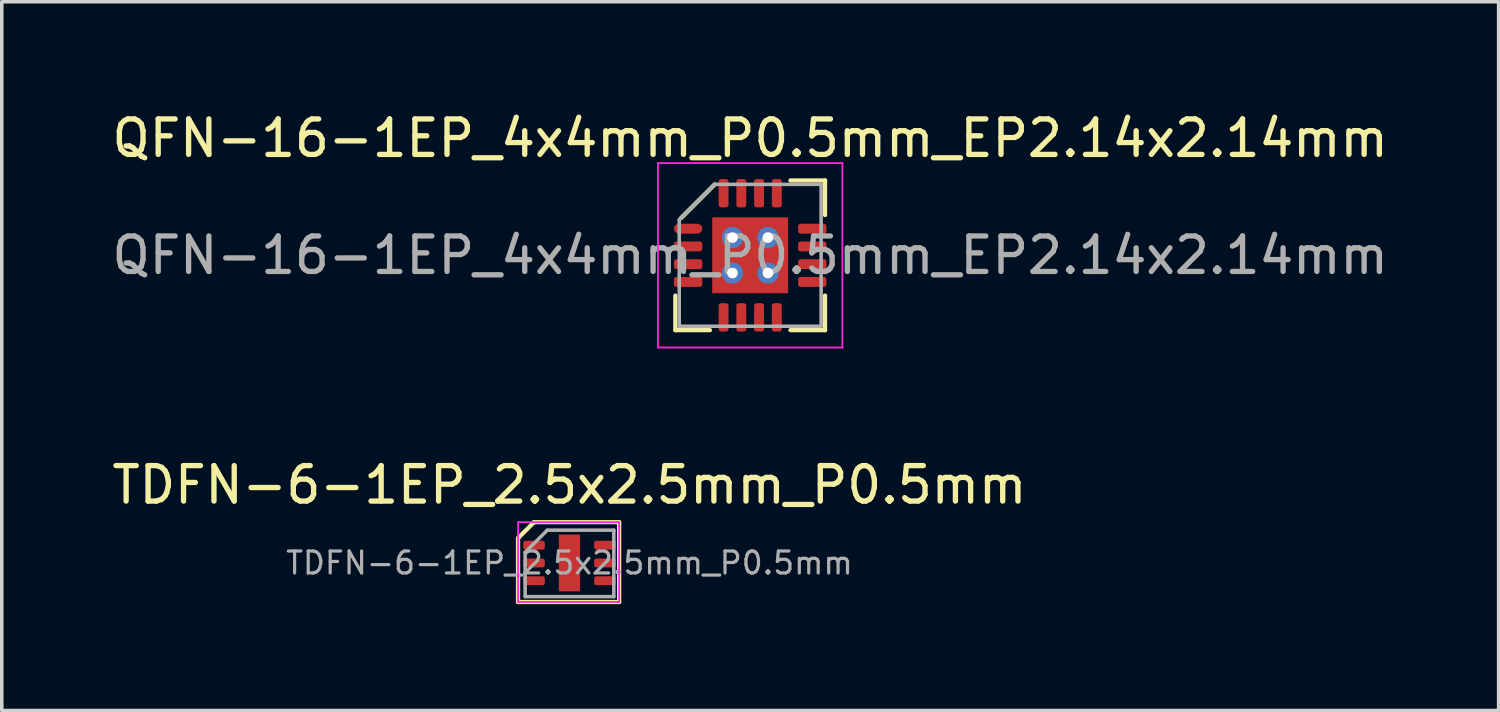
<source format=kicad_pcb>
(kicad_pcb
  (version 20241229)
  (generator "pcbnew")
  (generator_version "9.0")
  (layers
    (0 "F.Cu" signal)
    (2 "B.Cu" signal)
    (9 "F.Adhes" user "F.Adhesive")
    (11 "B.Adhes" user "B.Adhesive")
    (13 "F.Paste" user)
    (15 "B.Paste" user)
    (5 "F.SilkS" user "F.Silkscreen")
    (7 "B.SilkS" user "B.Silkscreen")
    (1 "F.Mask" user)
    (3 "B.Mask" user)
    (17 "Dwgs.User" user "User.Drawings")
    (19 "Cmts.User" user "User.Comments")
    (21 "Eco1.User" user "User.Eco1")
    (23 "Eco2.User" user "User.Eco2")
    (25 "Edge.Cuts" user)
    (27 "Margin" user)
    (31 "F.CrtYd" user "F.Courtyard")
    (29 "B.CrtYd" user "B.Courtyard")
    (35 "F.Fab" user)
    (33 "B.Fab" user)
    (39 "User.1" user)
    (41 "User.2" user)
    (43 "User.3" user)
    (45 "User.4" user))
  (footprint "TDFN-6-1EP_2.5x2.5mm_P0.5mm"
    (layer "F.Cu")
    (at 13.006 12.822)
    (property "Reference" "TDFN-6-1EP_2.5x2.5mm_P0.5mm" (at 0 -2.2 0) (layer "F.SilkS") (effects (font (size 1 1) (thickness 0.15))))
    (attr smd)
    (fp_line (start -1.45 -0.7) (end -1.45 1.1) (stroke (width 0.12) (type solid)) (layer "F.SilkS"))
    (fp_line (start -1.45 1.1) (end 1.4 1.1) (stroke (width 0.12) (type solid)) (layer "F.SilkS"))
    (fp_line (start -1 -1.15) (end -1.45 -0.7) (stroke (width 0.12) (type solid)) (layer "F.SilkS"))
    (fp_line (start -1 -1.15) (end 1.4 -1.15) (stroke (width 0.12) (type solid)) (layer "F.SilkS"))
    (fp_line (start 1.4 1.1) (end 1.4 -1.15) (stroke (width 0.12) (type solid)) (layer "F.SilkS"))
    (fp_line (start -1.45 -1.15) (end -1.45 1.1) (stroke (width 0.05) (type solid)) (layer "F.CrtYd"))
    (fp_line (start -1.45 1.1) (end 1.4 1.1) (stroke (width 0.05) (type solid)) (layer "F.CrtYd"))
    (fp_line (start 1.4 -1.15) (end -1.45 -1.15) (stroke (width 0.05) (type solid)) (layer "F.CrtYd"))
    (fp_line (start 1.4 1.1) (end 1.4 -1.15) (stroke (width 0.05) (type solid)) (layer "F.CrtYd"))
    (fp_line (start -1.25 -0.3) (end -0.625 -0.925) (stroke (width 0.1) (type solid)) (layer "F.Fab"))
    (fp_line (start -1.25 0.95) (end -1.25 -0.3) (stroke (width 0.1) (type solid)) (layer "F.Fab"))
    (fp_line (start -0.625 -0.925) (end 1.25 -0.925) (stroke (width 0.1) (type solid)) (layer "F.Fab"))
    (fp_line (start 1.25 -0.925) (end 1.25 0.95) (stroke (width 0.1) (type solid)) (layer "F.Fab"))
    (fp_line (start 1.25 0.95) (end -1.25 0.95) (stroke (width 0.1) (type solid)) (layer "F.Fab"))
    (fp_text user "${REFERENCE}" (at 0 0 0) (layer "F.Fab") (effects (font (size 0.62 0.62) (thickness 0.09))))
    (pad "1" smd roundrect (at -1 -0.5) (size 0.61 0.25) (layers "F.Cu" "F.Mask" "F.Paste") (roundrect_rratio 0.25))
    (pad "2" smd roundrect (at -1 0) (size 0.61 0.25) (layers "F.Cu" "F.Mask" "F.Paste") (roundrect_rratio 0.25))
    (pad "3" smd roundrect (at -1 0.5) (size 0.61 0.25) (layers "F.Cu" "F.Mask" "F.Paste") (roundrect_rratio 0.25))
    (pad "4" smd roundrect (at 1 0.5) (size 0.61 0.25) (layers "F.Cu" "F.Mask" "F.Paste") (roundrect_rratio 0.25))
    (pad "5" smd roundrect (at 1 0) (size 0.61 0.25) (layers "F.Cu" "F.Mask" "F.Paste") (roundrect_rratio 0.25))
    (pad "6" smd roundrect (at 1 -0.5) (size 0.61 0.25) (layers "F.Cu" "F.Mask" "F.Paste") (roundrect_rratio 0.25))
    (pad "7" smd rect (at 0 0) (size 0.6 1.6) (layers "F.Cu" "F.Mask")))
  (footprint "QFN-16-1EP_4x4mm_P0.5mm_EP2.14x2.14mm"
    (layer "F.Cu")
    (at 18.101 4.148)
    (property "Reference" "QFN-16-1EP_4x4mm_P0.5mm_EP2.14x2.14mm" (at 0 -3.3 0) (layer "F.SilkS") (effects (font (size 1 1) (thickness 0.15))))
    (attr smd)
    (fp_line (start -2.11 2.11) (end -2.11 1.135) (stroke (width 0.12) (type solid)) (layer "F.SilkS"))
    (fp_line (start -1.135 2.11) (end -2.11 2.11) (stroke (width 0.12) (type solid)) (layer "F.SilkS"))
    (fp_line (start -1 -2) (end -1.95 -1.05) (stroke (width 0.12) (type solid)) (layer "F.SilkS"))
    (fp_line (start 1.135 -2.11) (end 2.11 -2.11) (stroke (width 0.12) (type solid)) (layer "F.SilkS"))
    (fp_line (start 1.135 2.11) (end 2.11 2.11) (stroke (width 0.12) (type solid)) (layer "F.SilkS"))
    (fp_line (start 2.11 -2.11) (end 2.11 -1.135) (stroke (width 0.12) (type solid)) (layer "F.SilkS"))
    (fp_line (start 2.11 2.11) (end 2.11 1.135) (stroke (width 0.12) (type solid)) (layer "F.SilkS"))
    (fp_line (start -2.6 -2.6) (end -2.6 2.6) (stroke (width 0.05) (type solid)) (layer "F.CrtYd"))
    (fp_line (start -2.6 2.6) (end 2.6 2.6) (stroke (width 0.05) (type solid)) (layer "F.CrtYd"))
    (fp_line (start 2.6 -2.6) (end -2.6 -2.6) (stroke (width 0.05) (type solid)) (layer "F.CrtYd"))
    (fp_line (start 2.6 2.6) (end 2.6 -2.6) (stroke (width 0.05) (type solid)) (layer "F.CrtYd"))
    (fp_line (start -2 -1) (end -1 -2) (stroke (width 0.1) (type solid)) (layer "F.Fab"))
    (fp_line (start -2 2) (end -2 -1) (stroke (width 0.1) (type solid)) (layer "F.Fab"))
    (fp_line (start -1 -2) (end 2 -2) (stroke (width 0.1) (type solid)) (layer "F.Fab"))
    (fp_line (start 2 -2) (end 2 2) (stroke (width 0.1) (type solid)) (layer "F.Fab"))
    (fp_line (start 2 2) (end -2 2) (stroke (width 0.1) (type solid)) (layer "F.Fab"))
    (fp_text user "${REFERENCE}" (at 0 0 0) (layer "F.Fab") (effects (font (size 1 1) (thickness 0.15))))
    (pad "" smd roundrect (at -0.61 -0.61) (size 0.8 0.8) (layers "F.Paste") (roundrect_rratio 0.25))
    (pad "" smd roundrect (at -0.61 0.61) (size 0.8 0.8) (layers "F.Paste") (roundrect_rratio 0.25))
    (pad "" smd roundrect (at 0.61 -0.61) (size 0.8 0.8) (layers "F.Paste") (roundrect_rratio 0.25))
    (pad "" smd roundrect (at 0.61 0.61) (size 0.8 0.8) (layers "F.Paste") (roundrect_rratio 0.25))
    (pad "1" smd roundrect (at -1.75 -0.75) (size 0.8 0.28) (layers "F.Cu" "F.Mask" "F.Paste") (roundrect_rratio 0.5))
    (pad "2" smd roundrect (at -1.75 -0.25) (size 0.8 0.28) (layers "F.Cu" "F.Mask" "F.Paste") (roundrect_rratio 0.25))
    (pad "3" smd roundrect (at -1.75 0.25) (size 0.8 0.28) (layers "F.Cu" "F.Mask" "F.Paste") (roundrect_rratio 0.25))
    (pad "4" smd roundrect (at -1.75 0.75) (size 0.8 0.28) (layers "F.Cu" "F.Mask" "F.Paste") (roundrect_rratio 0.25))
    (pad "5" smd roundrect (at -0.75 1.75) (size 0.28 0.8) (layers "F.Cu" "F.Mask" "F.Paste") (roundrect_rratio 0.25))
    (pad "6" smd roundrect (at -0.25 1.75) (size 0.28 0.8) (layers "F.Cu" "F.Mask" "F.Paste") (roundrect_rratio 0.25))
    (pad "7" smd roundrect (at 0.25 1.75) (size 0.28 0.8) (layers "F.Cu" "F.Mask" "F.Paste") (roundrect_rratio 0.25))
    (pad "8" smd roundrect (at 0.75 1.75) (size 0.28 0.8) (layers "F.Cu" "F.Mask" "F.Paste") (roundrect_rratio 0.25))
    (pad "9" smd roundrect (at 1.75 0.75) (size 0.8 0.28) (layers "F.Cu" "F.Mask" "F.Paste") (roundrect_rratio 0.25))
    (pad "10" smd roundrect (at 1.75 0.25) (size 0.8 0.28) (layers "F.Cu" "F.Mask" "F.Paste") (roundrect_rratio 0.25))
    (pad "11" smd roundrect (at 1.75 -0.25) (size 0.8 0.28) (layers "F.Cu" "F.Mask" "F.Paste") (roundrect_rratio 0.25))
    (pad "12" smd roundrect (at 1.75 -0.75) (size 0.8 0.28) (layers "F.Cu" "F.Mask" "F.Paste") (roundrect_rratio 0.25))
    (pad "13" smd roundrect (at 0.75 -1.75) (size 0.28 0.8) (layers "F.Cu" "F.Mask" "F.Paste") (roundrect_rratio 0.25))
    (pad "14" smd roundrect (at 0.25 -1.75) (size 0.28 0.8) (layers "F.Cu" "F.Mask" "F.Paste") (roundrect_rratio 0.25))
    (pad "15" smd roundrect (at -0.25 -1.75) (size 0.28 0.8) (layers "F.Cu" "F.Mask" "F.Paste") (roundrect_rratio 0.25))
    (pad "16" smd roundrect (at -0.75 -1.75) (size 0.28 0.8) (layers "F.Cu" "F.Mask" "F.Paste") (roundrect_rratio 0.25))
    (pad "17" smd rect (at 0 0) (size 2.14 2.14) (layers "F.Cu" "F.Mask"))
    (pad "18" thru_hole circle (at -0.5 -0.5) (size 0.6 0.6) (drill 0.3) (layers "*.Cu" "*.Mask"))
    (pad "18" thru_hole circle (at -0.5 0.5) (size 0.6 0.6) (drill 0.3) (layers "*.Cu" "*.Mask"))
    (pad "18" thru_hole circle (at 0.5 -0.5) (size 0.6 0.6) (drill 0.3) (layers "*.Cu" "*.Mask"))
    (pad "18" thru_hole circle (at 0.5 0.5) (size 0.6 0.6) (drill 0.3) (layers "*.Cu" "*.Mask")))
  (gr_rect
    (start -3 -3)
    (end 39.202 16.982)
    (stroke (width 0.1) (type default))
    (fill no)
    (layer "Edge.Cuts")))
</source>
